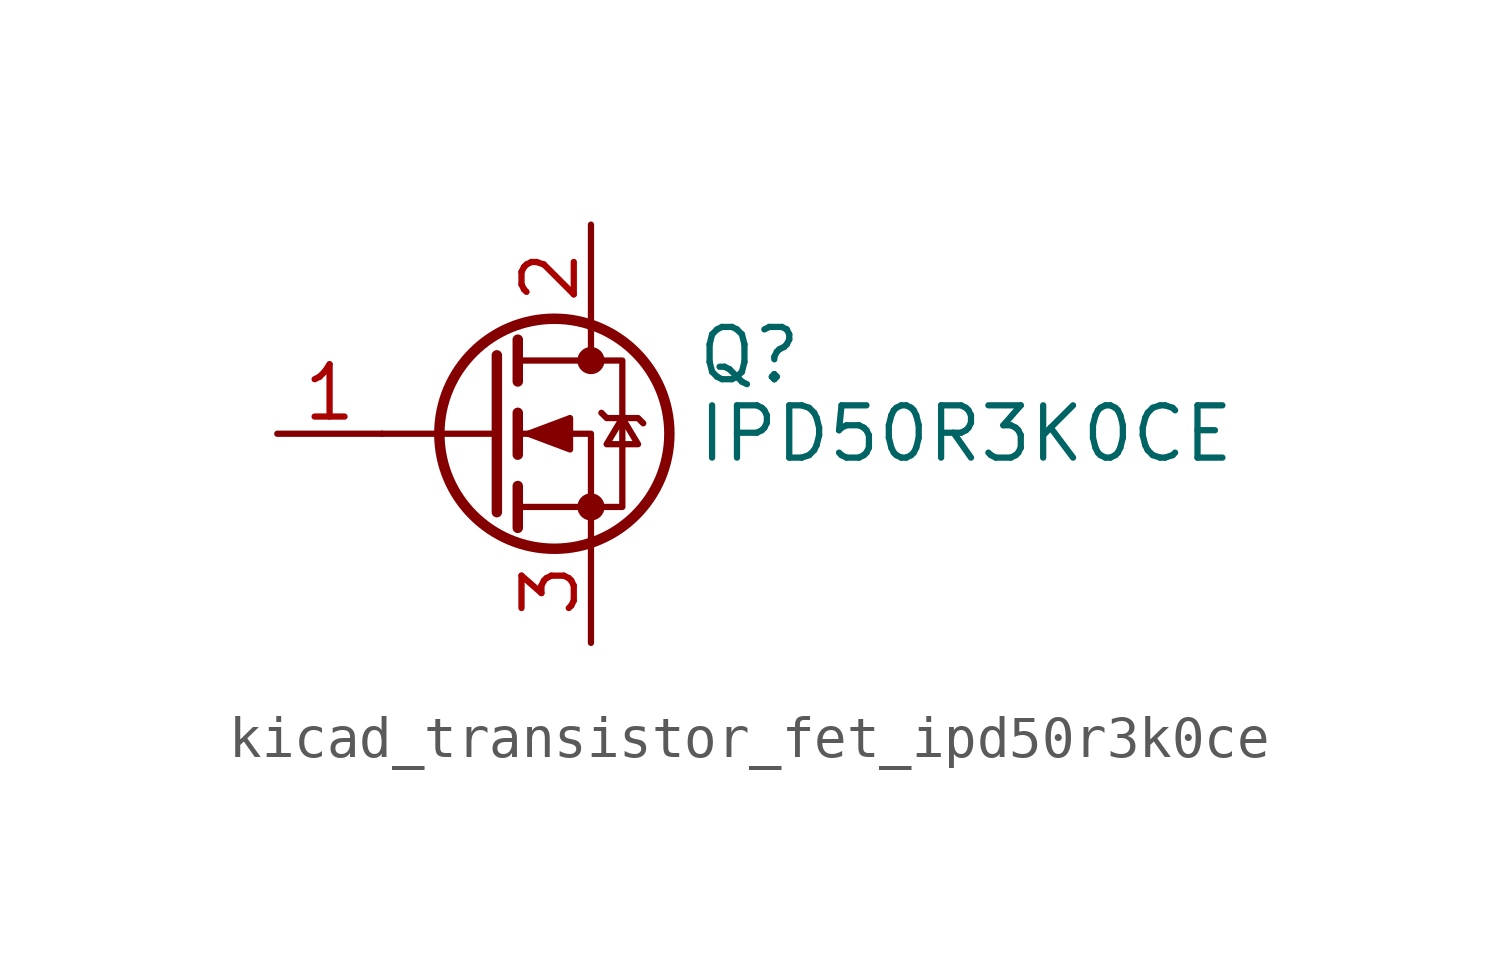
<source format=kicad_sym>
(kicad_symbol_lib
  (version 20220914)
  (generator kicad_symbol_editor)
  (symbol "kicad_transistor_fet_ipd50r3k0ce"
    (pin_names hide)
    (property "Reference" "Q"
      (at 5.08 1.905 0)
      (effects (font (size 1.27 1.27)) (justify left)))
    (property "Value" "IPD50R3K0CE"
      (at 5.08 0 0)
      (effects (font (size 1.27 1.27)) (justify left)))
    (symbol "kicad_transistor_fet_ipd50r3k0ce_0_1"
      (polyline (pts (xy 0.254 0) (xy -2.54 0)) (stroke (width 0) (type default)) (fill (type none)))
      (polyline (pts (xy 0.254 1.905) (xy 0.254 -1.905)) (stroke (width 0.254) (type default)) (fill (type none)))
      (polyline (pts (xy 0.762 -1.27) (xy 0.762 -2.286)) (stroke (width 0.254) (type default)) (fill (type none)))
      (polyline (pts (xy 0.762 0.508) (xy 0.762 -0.508)) (stroke (width 0.254) (type default)) (fill (type none)))
      (polyline (pts (xy 0.762 2.286) (xy 0.762 1.27)) (stroke (width 0.254) (type default)) (fill (type none)))
      (polyline (pts (xy 2.54 2.54) (xy 2.54 1.778)) (stroke (width 0) (type default)) (fill (type none)))
      (polyline (pts (xy 2.54 -2.54) (xy 2.54 0) (xy 0.762 0)) (stroke (width 0) (type default)) (fill (type none)))
      (polyline (pts (xy 0.762 -1.778) (xy 3.302 -1.778) (xy 3.302 1.778) (xy 0.762 1.778)) (stroke (width 0) (type default)) (fill (type none)))
      (polyline (pts (xy 1.016 0) (xy 2.032 0.381) (xy 2.032 -0.381) (xy 1.016 0)) (stroke (width 0) (type default)) (fill (type outline)))
      (polyline (pts (xy 2.794 0.508) (xy 2.921 0.381) (xy 3.683 0.381) (xy 3.81 0.254)) (stroke (width 0) (type default)) (fill (type none)))
      (polyline (pts (xy 3.302 0.381) (xy 2.921 -0.254) (xy 3.683 -0.254) (xy 3.302 0.381)) (stroke (width 0) (type default)) (fill (type none)))
      (circle (center 1.651 0) (radius 2.794) (stroke (width 0.254) (type default)) (fill (type none)))
      (circle (center 2.54 -1.778) (radius 0.254) (stroke (width 0) (type default)) (fill (type outline)))
      (circle (center 2.54 1.778) (radius 0.254) (stroke (width 0) (type default)) (fill (type outline))))
    (symbol "kicad_transistor_fet_ipd50r3k0ce_1_1"
      (pin input line (at -5.08 0 0) (length 2.54) (name "G" (effects (font (size 1.27 1.27)))) (number "1" (effects (font (size 1.27 1.27)))))
      (pin passive line (at 2.54 5.08 270) (length 2.54) (name "D" (effects (font (size 1.27 1.27)))) (number "2" (effects (font (size 1.27 1.27)))))
      (pin passive line (at 2.54 -5.08 90) (length 2.54) (name "S" (effects (font (size 1.27 1.27)))) (number "3" (effects (font (size 1.27 1.27))))))))
</source>
